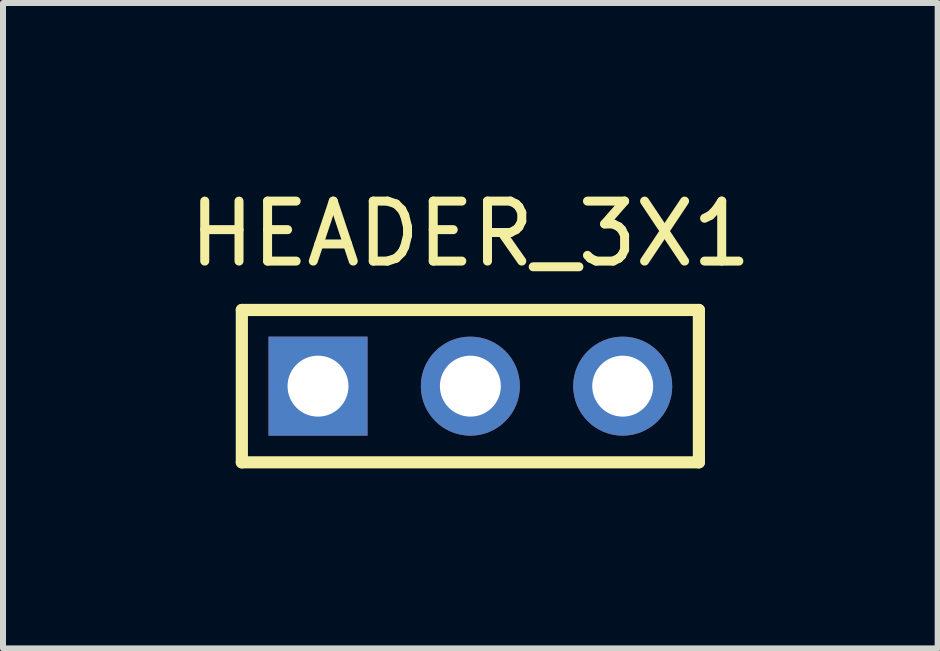
<source format=kicad_pcb>
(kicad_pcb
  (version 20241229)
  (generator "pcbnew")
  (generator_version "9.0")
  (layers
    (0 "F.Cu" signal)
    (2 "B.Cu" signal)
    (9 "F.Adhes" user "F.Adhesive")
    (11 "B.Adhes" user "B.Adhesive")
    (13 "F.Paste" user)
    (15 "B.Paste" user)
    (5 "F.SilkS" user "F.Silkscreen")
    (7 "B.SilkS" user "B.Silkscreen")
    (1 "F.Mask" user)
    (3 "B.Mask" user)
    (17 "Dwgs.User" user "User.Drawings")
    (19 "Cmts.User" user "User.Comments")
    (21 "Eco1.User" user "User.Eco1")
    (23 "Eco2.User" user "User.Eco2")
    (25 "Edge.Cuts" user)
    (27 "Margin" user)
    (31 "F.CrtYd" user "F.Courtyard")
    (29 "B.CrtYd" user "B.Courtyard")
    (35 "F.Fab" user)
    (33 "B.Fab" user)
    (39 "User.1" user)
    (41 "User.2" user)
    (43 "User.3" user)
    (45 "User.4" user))
  (footprint "HEADER_3X1"
    (layer "F.Cu")
    (at 4.792 3.388)
    (property "Reference" "HEADER_3X1" (at 0 -2.54 0) (layer "F.SilkS") (effects (font (size 1 1) (thickness 0.15))))
    (attr through_hole)
    (fp_line (start -3.81 -1.27) (end -3.81 1.27) (stroke (width 0.203) (type solid)) (layer "F.SilkS"))
    (fp_line (start -3.81 1.27) (end 3.81 1.27) (stroke (width 0.203) (type solid)) (layer "F.SilkS"))
    (fp_line (start 3.81 -1.27) (end -3.81 -1.27) (stroke (width 0.203) (type solid)) (layer "F.SilkS"))
    (fp_line (start 3.81 1.27) (end 3.81 -1.27) (stroke (width 0.203) (type solid)) (layer "F.SilkS"))
    (pad "1" thru_hole rect (at -2.54 0) (size 1.651 1.651) (drill 1.016) (layers "*.Cu" "*.Mask"))
    (pad "2" thru_hole circle (at 0 0) (size 1.651 1.651) (drill 1.016) (layers "*.Cu" "*.Mask"))
    (pad "3" thru_hole circle (at 2.54 0) (size 1.651 1.651) (drill 1.016) (layers "*.Cu" "*.Mask")))
  (gr_rect
    (start -3 -3)
    (end 12.583 7.76)
    (stroke (width 0.1) (type default))
    (fill no)
    (layer "Edge.Cuts")))
</source>
